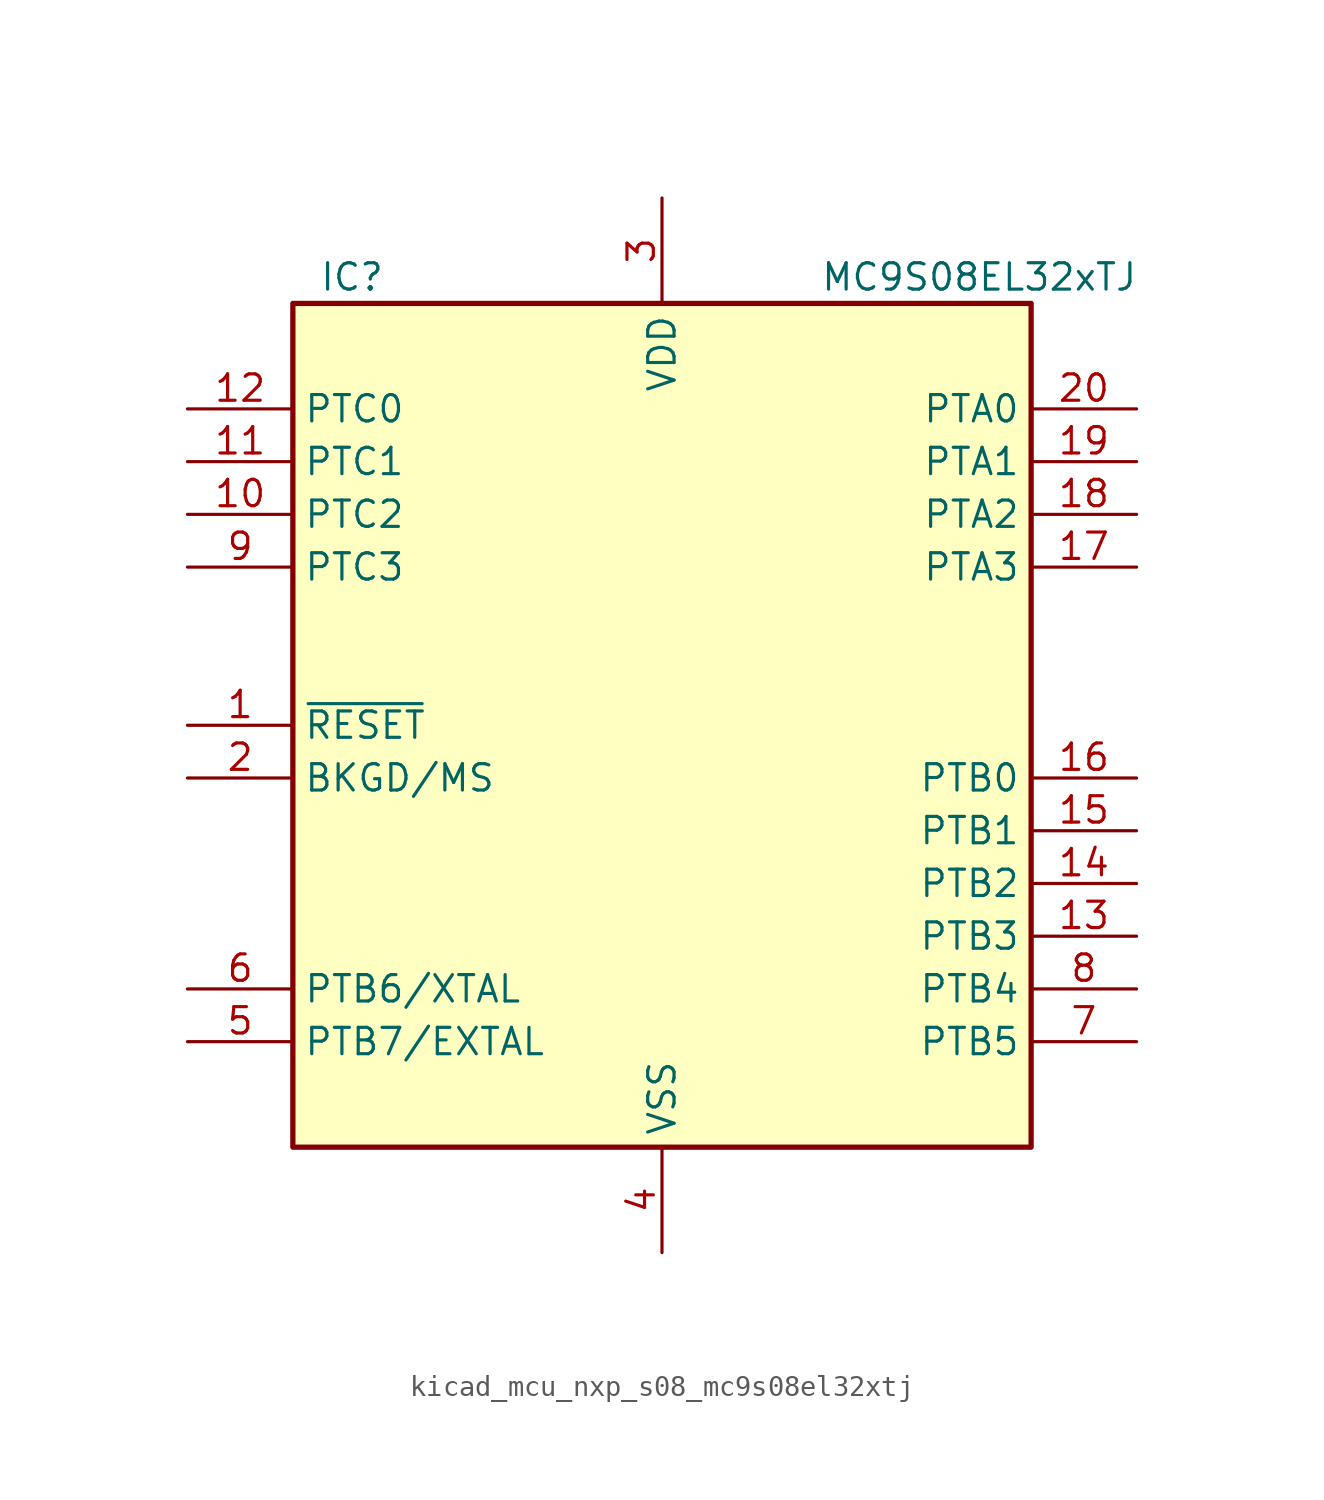
<source format=kicad_sym>
(kicad_symbol_lib
  (version 20220914)
  (generator kicad_symbol_editor)
  (symbol "kicad_mcu_nxp_s08_mc9s08el32xtj"
    (property "Reference" "IC"
      (at -16.51 21.59 0)
      (effects (font (size 1.27 1.27)) (justify left)))
    (property "Value" "MC9S08EL32xTJ"
      (at 7.62 21.59 0)
      (effects (font (size 1.27 1.27)) (justify left)))
    (symbol "kicad_mcu_nxp_s08_mc9s08el32xtj_0_1"
      (rectangle (start -17.78 20.32) (end 17.78 -20.32) (stroke (width 0.254) (type default)) (fill (type background))))
    (symbol "kicad_mcu_nxp_s08_mc9s08el32xtj_1_1"
      (pin input line (at -22.86 0 0) (length 5.08) (name "~{RESET}" (effects (font (size 1.27 1.27)))) (number "1" (effects (font (size 1.27 1.27)))))
      (pin bidirectional line (at -22.86 10.16 0) (length 5.08) (name "PTC2" (effects (font (size 1.27 1.27)))) (number "10" (effects (font (size 1.27 1.27)))))
      (pin bidirectional line (at -22.86 12.7 0) (length 5.08) (name "PTC1" (effects (font (size 1.27 1.27)))) (number "11" (effects (font (size 1.27 1.27)))))
      (pin bidirectional line (at -22.86 15.24 0) (length 5.08) (name "PTC0" (effects (font (size 1.27 1.27)))) (number "12" (effects (font (size 1.27 1.27)))))
      (pin bidirectional line (at 22.86 -10.16 180) (length 5.08) (name "PTB3" (effects (font (size 1.27 1.27)))) (number "13" (effects (font (size 1.27 1.27)))))
      (pin bidirectional line (at 22.86 -7.62 180) (length 5.08) (name "PTB2" (effects (font (size 1.27 1.27)))) (number "14" (effects (font (size 1.27 1.27)))))
      (pin bidirectional line (at 22.86 -5.08 180) (length 5.08) (name "PTB1" (effects (font (size 1.27 1.27)))) (number "15" (effects (font (size 1.27 1.27)))))
      (pin bidirectional line (at 22.86 -2.54 180) (length 5.08) (name "PTB0" (effects (font (size 1.27 1.27)))) (number "16" (effects (font (size 1.27 1.27)))))
      (pin bidirectional line (at 22.86 7.62 180) (length 5.08) (name "PTA3" (effects (font (size 1.27 1.27)))) (number "17" (effects (font (size 1.27 1.27)))))
      (pin bidirectional line (at 22.86 10.16 180) (length 5.08) (name "PTA2" (effects (font (size 1.27 1.27)))) (number "18" (effects (font (size 1.27 1.27)))))
      (pin bidirectional line (at 22.86 12.7 180) (length 5.08) (name "PTA1" (effects (font (size 1.27 1.27)))) (number "19" (effects (font (size 1.27 1.27)))))
      (pin bidirectional line (at -22.86 -2.54 0) (length 5.08) (name "BKGD/MS" (effects (font (size 1.27 1.27)))) (number "2" (effects (font (size 1.27 1.27)))))
      (pin bidirectional line (at 22.86 15.24 180) (length 5.08) (name "PTA0" (effects (font (size 1.27 1.27)))) (number "20" (effects (font (size 1.27 1.27)))))
      (pin power_in line (at 0 25.4 270) (length 5.08) (name "VDD" (effects (font (size 1.27 1.27)))) (number "3" (effects (font (size 1.27 1.27)))))
      (pin power_in line (at 0 -25.4 90) (length 5.08) (name "VSS" (effects (font (size 1.27 1.27)))) (number "4" (effects (font (size 1.27 1.27)))))
      (pin bidirectional line (at -22.86 -15.24 0) (length 5.08) (name "PTB7/EXTAL" (effects (font (size 1.27 1.27)))) (number "5" (effects (font (size 1.27 1.27)))))
      (pin bidirectional line (at -22.86 -12.7 0) (length 5.08) (name "PTB6/XTAL" (effects (font (size 1.27 1.27)))) (number "6" (effects (font (size 1.27 1.27)))))
      (pin bidirectional line (at 22.86 -15.24 180) (length 5.08) (name "PTB5" (effects (font (size 1.27 1.27)))) (number "7" (effects (font (size 1.27 1.27)))))
      (pin bidirectional line (at 22.86 -12.7 180) (length 5.08) (name "PTB4" (effects (font (size 1.27 1.27)))) (number "8" (effects (font (size 1.27 1.27)))))
      (pin bidirectional line (at -22.86 7.62 0) (length 5.08) (name "PTC3" (effects (font (size 1.27 1.27)))) (number "9" (effects (font (size 1.27 1.27))))))))
</source>
